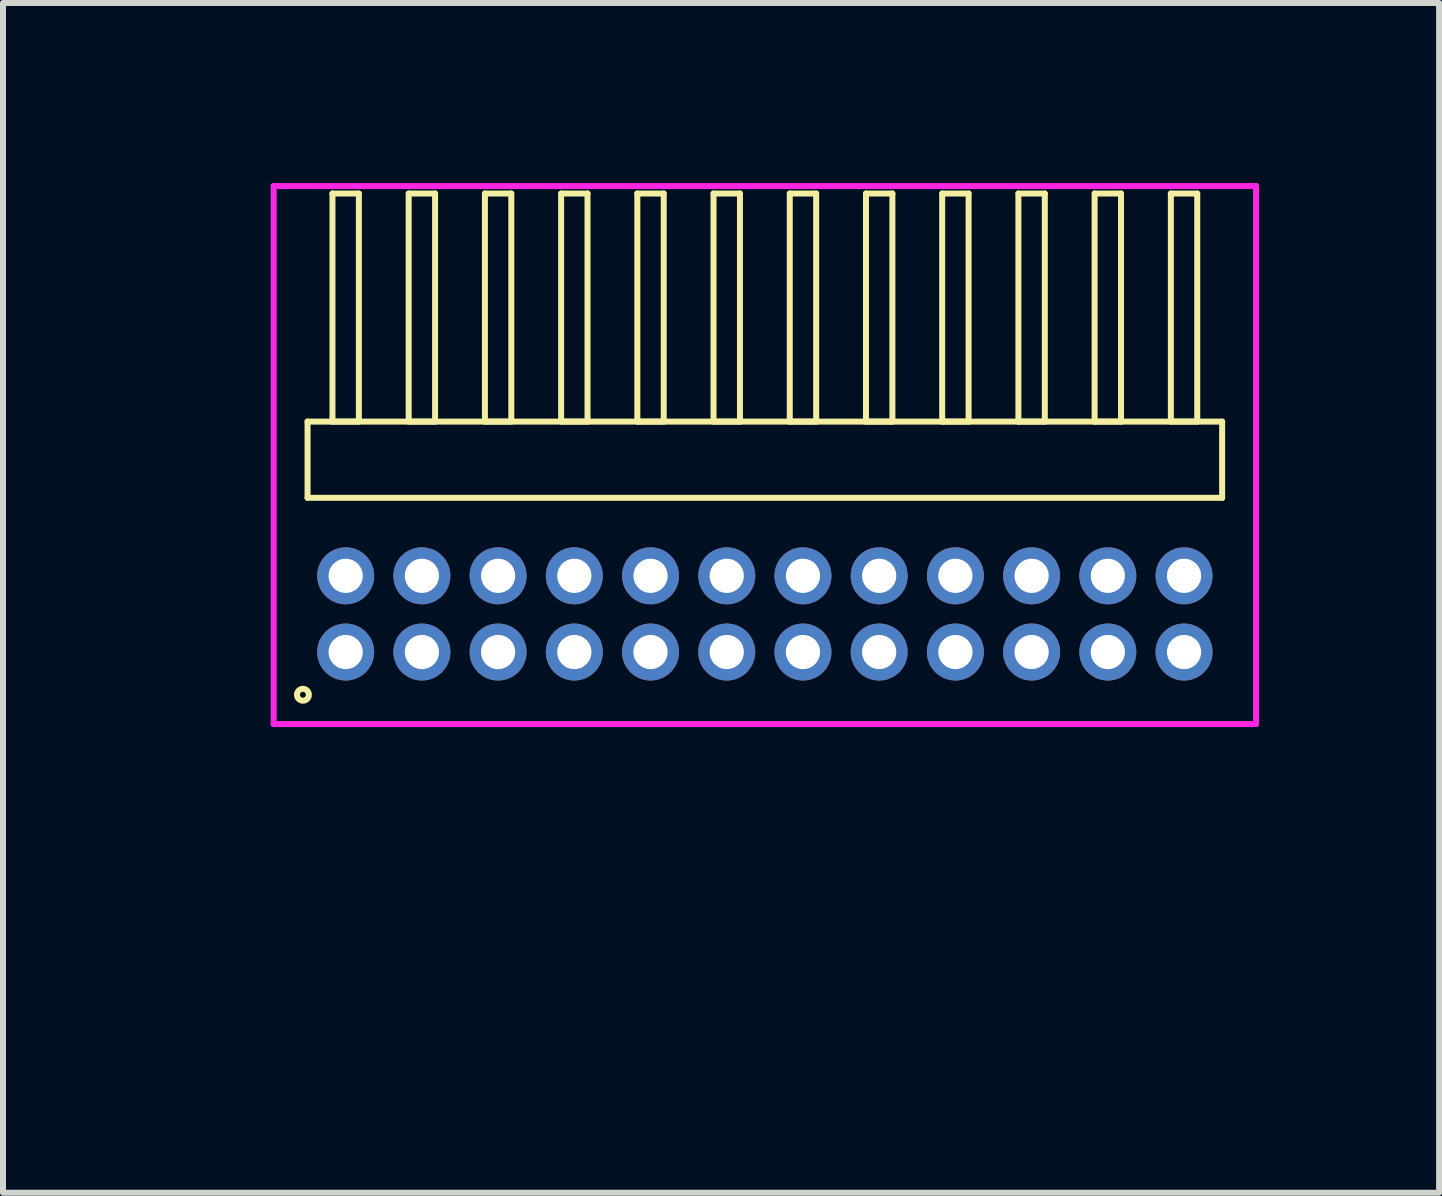
<source format=kicad_pcb>
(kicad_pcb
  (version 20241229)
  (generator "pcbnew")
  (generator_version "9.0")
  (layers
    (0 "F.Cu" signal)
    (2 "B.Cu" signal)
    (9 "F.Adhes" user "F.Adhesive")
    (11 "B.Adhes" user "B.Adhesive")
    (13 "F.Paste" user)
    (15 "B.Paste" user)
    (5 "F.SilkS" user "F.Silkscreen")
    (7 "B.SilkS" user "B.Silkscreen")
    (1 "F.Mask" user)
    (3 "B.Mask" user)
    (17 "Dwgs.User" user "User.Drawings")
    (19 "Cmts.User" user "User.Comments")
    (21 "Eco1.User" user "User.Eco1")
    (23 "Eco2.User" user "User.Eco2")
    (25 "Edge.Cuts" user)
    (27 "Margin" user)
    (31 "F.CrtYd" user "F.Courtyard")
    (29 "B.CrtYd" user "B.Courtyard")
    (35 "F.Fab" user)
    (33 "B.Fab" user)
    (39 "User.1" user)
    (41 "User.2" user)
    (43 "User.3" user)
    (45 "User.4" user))
  (footprint "HDR_RA127P12x2"
    (layer "F.Cu")
    (at 9.695 7.18)
    (property "Reference" "HDR_RA127P12x2" (at -8.935 0 90) (layer "User.1") (effects (font (size 1 1) (thickness 0.1))))
    (attr through_hole)
    (fp_line (start -7.62 -3.205) (end -7.62 -1.935) (stroke (width 0.1) (type solid)) (layer "F.SilkS"))
    (fp_line (start -7.62 -1.935) (end 7.62 -1.935) (stroke (width 0.1) (type solid)) (layer "F.SilkS"))
    (fp_line (start -7.205 -7.005) (end -7.205 -3.205) (stroke (width 0.1) (type solid)) (layer "F.SilkS"))
    (fp_line (start -7.205 -3.205) (end -6.765 -3.205) (stroke (width 0.1) (type solid)) (layer "F.SilkS"))
    (fp_line (start -6.765 -7.005) (end -7.205 -7.005) (stroke (width 0.1) (type solid)) (layer "F.SilkS"))
    (fp_line (start -6.765 -3.205) (end -6.765 -7.005) (stroke (width 0.1) (type solid)) (layer "F.SilkS"))
    (fp_line (start -5.935 -7.005) (end -5.935 -3.205) (stroke (width 0.1) (type solid)) (layer "F.SilkS"))
    (fp_line (start -5.935 -3.205) (end -5.495 -3.205) (stroke (width 0.1) (type solid)) (layer "F.SilkS"))
    (fp_line (start -5.495 -7.005) (end -5.935 -7.005) (stroke (width 0.1) (type solid)) (layer "F.SilkS"))
    (fp_line (start -5.495 -3.205) (end -5.495 -7.005) (stroke (width 0.1) (type solid)) (layer "F.SilkS"))
    (fp_line (start -4.665 -7.005) (end -4.665 -3.205) (stroke (width 0.1) (type solid)) (layer "F.SilkS"))
    (fp_line (start -4.665 -3.205) (end -4.225 -3.205) (stroke (width 0.1) (type solid)) (layer "F.SilkS"))
    (fp_line (start -4.225 -7.005) (end -4.665 -7.005) (stroke (width 0.1) (type solid)) (layer "F.SilkS"))
    (fp_line (start -4.225 -3.205) (end -4.225 -7.005) (stroke (width 0.1) (type solid)) (layer "F.SilkS"))
    (fp_line (start -3.395 -7.005) (end -3.395 -3.205) (stroke (width 0.1) (type solid)) (layer "F.SilkS"))
    (fp_line (start -3.395 -3.205) (end -2.955 -3.205) (stroke (width 0.1) (type solid)) (layer "F.SilkS"))
    (fp_line (start -2.955 -7.005) (end -3.395 -7.005) (stroke (width 0.1) (type solid)) (layer "F.SilkS"))
    (fp_line (start -2.955 -3.205) (end -2.955 -7.005) (stroke (width 0.1) (type solid)) (layer "F.SilkS"))
    (fp_line (start -2.125 -7.005) (end -2.125 -3.205) (stroke (width 0.1) (type solid)) (layer "F.SilkS"))
    (fp_line (start -2.125 -3.205) (end -1.685 -3.205) (stroke (width 0.1) (type solid)) (layer "F.SilkS"))
    (fp_line (start -1.685 -7.005) (end -2.125 -7.005) (stroke (width 0.1) (type solid)) (layer "F.SilkS"))
    (fp_line (start -1.685 -3.205) (end -1.685 -7.005) (stroke (width 0.1) (type solid)) (layer "F.SilkS"))
    (fp_line (start -0.855 -7.005) (end -0.855 -3.205) (stroke (width 0.1) (type solid)) (layer "F.SilkS"))
    (fp_line (start -0.855 -3.205) (end -0.415 -3.205) (stroke (width 0.1) (type solid)) (layer "F.SilkS"))
    (fp_line (start -0.415 -7.005) (end -0.855 -7.005) (stroke (width 0.1) (type solid)) (layer "F.SilkS"))
    (fp_line (start -0.415 -3.205) (end -0.415 -7.005) (stroke (width 0.1) (type solid)) (layer "F.SilkS"))
    (fp_line (start 0.415 -7.005) (end 0.415 -3.205) (stroke (width 0.1) (type solid)) (layer "F.SilkS"))
    (fp_line (start 0.415 -3.205) (end 0.855 -3.205) (stroke (width 0.1) (type solid)) (layer "F.SilkS"))
    (fp_line (start 0.855 -7.005) (end 0.415 -7.005) (stroke (width 0.1) (type solid)) (layer "F.SilkS"))
    (fp_line (start 0.855 -3.205) (end 0.855 -7.005) (stroke (width 0.1) (type solid)) (layer "F.SilkS"))
    (fp_line (start 1.685 -7.005) (end 1.685 -3.205) (stroke (width 0.1) (type solid)) (layer "F.SilkS"))
    (fp_line (start 1.685 -3.205) (end 2.125 -3.205) (stroke (width 0.1) (type solid)) (layer "F.SilkS"))
    (fp_line (start 2.125 -7.005) (end 1.685 -7.005) (stroke (width 0.1) (type solid)) (layer "F.SilkS"))
    (fp_line (start 2.125 -3.205) (end 2.125 -7.005) (stroke (width 0.1) (type solid)) (layer "F.SilkS"))
    (fp_line (start 2.955 -7.005) (end 2.955 -3.205) (stroke (width 0.1) (type solid)) (layer "F.SilkS"))
    (fp_line (start 2.955 -3.205) (end 3.395 -3.205) (stroke (width 0.1) (type solid)) (layer "F.SilkS"))
    (fp_line (start 3.395 -7.005) (end 2.955 -7.005) (stroke (width 0.1) (type solid)) (layer "F.SilkS"))
    (fp_line (start 3.395 -3.205) (end 3.395 -7.005) (stroke (width 0.1) (type solid)) (layer "F.SilkS"))
    (fp_line (start 4.225 -7.005) (end 4.225 -3.205) (stroke (width 0.1) (type solid)) (layer "F.SilkS"))
    (fp_line (start 4.225 -3.205) (end 4.665 -3.205) (stroke (width 0.1) (type solid)) (layer "F.SilkS"))
    (fp_line (start 4.665 -7.005) (end 4.225 -7.005) (stroke (width 0.1) (type solid)) (layer "F.SilkS"))
    (fp_line (start 4.665 -3.205) (end 4.665 -7.005) (stroke (width 0.1) (type solid)) (layer "F.SilkS"))
    (fp_line (start 5.495 -7.005) (end 5.495 -3.205) (stroke (width 0.1) (type solid)) (layer "F.SilkS"))
    (fp_line (start 5.495 -3.205) (end 5.935 -3.205) (stroke (width 0.1) (type solid)) (layer "F.SilkS"))
    (fp_line (start 5.935 -7.005) (end 5.495 -7.005) (stroke (width 0.1) (type solid)) (layer "F.SilkS"))
    (fp_line (start 5.935 -3.205) (end 5.935 -7.005) (stroke (width 0.1) (type solid)) (layer "F.SilkS"))
    (fp_line (start 6.765 -7.005) (end 6.765 -3.205) (stroke (width 0.1) (type solid)) (layer "F.SilkS"))
    (fp_line (start 6.765 -3.205) (end 7.205 -3.205) (stroke (width 0.1) (type solid)) (layer "F.SilkS"))
    (fp_line (start 7.205 -7.005) (end 6.765 -7.005) (stroke (width 0.1) (type solid)) (layer "F.SilkS"))
    (fp_line (start 7.205 -3.205) (end 7.205 -7.005) (stroke (width 0.1) (type solid)) (layer "F.SilkS"))
    (fp_line (start 7.62 -3.205) (end -7.62 -3.205) (stroke (width 0.1) (type solid)) (layer "F.SilkS"))
    (fp_line (start 7.62 -1.935) (end 7.62 -3.205) (stroke (width 0.1) (type solid)) (layer "F.SilkS"))
    (fp_circle (center -7.697 1.347) (end -7.598 1.347) (stroke (width 0.1) (type solid)) (fill no) (layer "F.SilkS"))
    (fp_line (start -8.185 -7.13) (end -8.185 1.835) (stroke (width 0.1) (type solid)) (layer "F.CrtYd"))
    (fp_line (start -8.185 1.835) (end 8.185 1.835) (stroke (width 0.1) (type solid)) (layer "F.CrtYd"))
    (fp_line (start 8.185 -7.13) (end -8.185 -7.13) (stroke (width 0.1) (type solid)) (layer "F.CrtYd"))
    (fp_line (start 8.185 1.835) (end 8.185 -7.13) (stroke (width 0.1) (type solid)) (layer "F.CrtYd"))
    (pad "1" thru_hole oval (at -6.985 0.635) (size 0.95 0.95) (drill 0.57) (layers "*.Cu" "*.Mask"))
    (pad "2" thru_hole oval (at -6.985 -0.635) (size 0.95 0.95) (drill 0.57) (layers "*.Cu" "*.Mask"))
    (pad "3" thru_hole oval (at -5.715 0.635) (size 0.95 0.95) (drill 0.57) (layers "*.Cu" "*.Mask"))
    (pad "4" thru_hole oval (at -5.715 -0.635) (size 0.95 0.95) (drill 0.57) (layers "*.Cu" "*.Mask"))
    (pad "5" thru_hole oval (at -4.445 0.635) (size 0.95 0.95) (drill 0.57) (layers "*.Cu" "*.Mask"))
    (pad "6" thru_hole oval (at -4.445 -0.635) (size 0.95 0.95) (drill 0.57) (layers "*.Cu" "*.Mask"))
    (pad "7" thru_hole oval (at -3.175 0.635) (size 0.95 0.95) (drill 0.57) (layers "*.Cu" "*.Mask"))
    (pad "8" thru_hole oval (at -3.175 -0.635) (size 0.95 0.95) (drill 0.57) (layers "*.Cu" "*.Mask"))
    (pad "9" thru_hole oval (at -1.905 0.635) (size 0.95 0.95) (drill 0.57) (layers "*.Cu" "*.Mask"))
    (pad "10" thru_hole oval (at -1.905 -0.635) (size 0.95 0.95) (drill 0.57) (layers "*.Cu" "*.Mask"))
    (pad "11" thru_hole oval (at -0.635 0.635) (size 0.95 0.95) (drill 0.57) (layers "*.Cu" "*.Mask"))
    (pad "12" thru_hole oval (at -0.635 -0.635) (size 0.95 0.95) (drill 0.57) (layers "*.Cu" "*.Mask"))
    (pad "13" thru_hole oval (at 0.635 0.635) (size 0.95 0.95) (drill 0.57) (layers "*.Cu" "*.Mask"))
    (pad "14" thru_hole oval (at 0.635 -0.635) (size 0.95 0.95) (drill 0.57) (layers "*.Cu" "*.Mask"))
    (pad "15" thru_hole oval (at 1.905 0.635) (size 0.95 0.95) (drill 0.57) (layers "*.Cu" "*.Mask"))
    (pad "16" thru_hole oval (at 1.905 -0.635) (size 0.95 0.95) (drill 0.57) (layers "*.Cu" "*.Mask"))
    (pad "17" thru_hole oval (at 3.175 0.635) (size 0.95 0.95) (drill 0.57) (layers "*.Cu" "*.Mask"))
    (pad "18" thru_hole oval (at 3.175 -0.635) (size 0.95 0.95) (drill 0.57) (layers "*.Cu" "*.Mask"))
    (pad "19" thru_hole oval (at 4.445 0.635) (size 0.95 0.95) (drill 0.57) (layers "*.Cu" "*.Mask"))
    (pad "20" thru_hole oval (at 4.445 -0.635) (size 0.95 0.95) (drill 0.57) (layers "*.Cu" "*.Mask"))
    (pad "21" thru_hole oval (at 5.715 0.635) (size 0.95 0.95) (drill 0.57) (layers "*.Cu" "*.Mask"))
    (pad "22" thru_hole oval (at 5.715 -0.635) (size 0.95 0.95) (drill 0.57) (layers "*.Cu" "*.Mask"))
    (pad "23" thru_hole oval (at 6.985 0.635) (size 0.95 0.95) (drill 0.57) (layers "*.Cu" "*.Mask"))
    (pad "24" thru_hole oval (at 6.985 -0.635) (size 0.95 0.95) (drill 0.57) (layers "*.Cu" "*.Mask")))
  (gr_rect
    (start -3 -3)
    (end 20.93 16.825)
    (stroke (width 0.1) (type default))
    (fill no)
    (layer "Edge.Cuts")))
</source>
